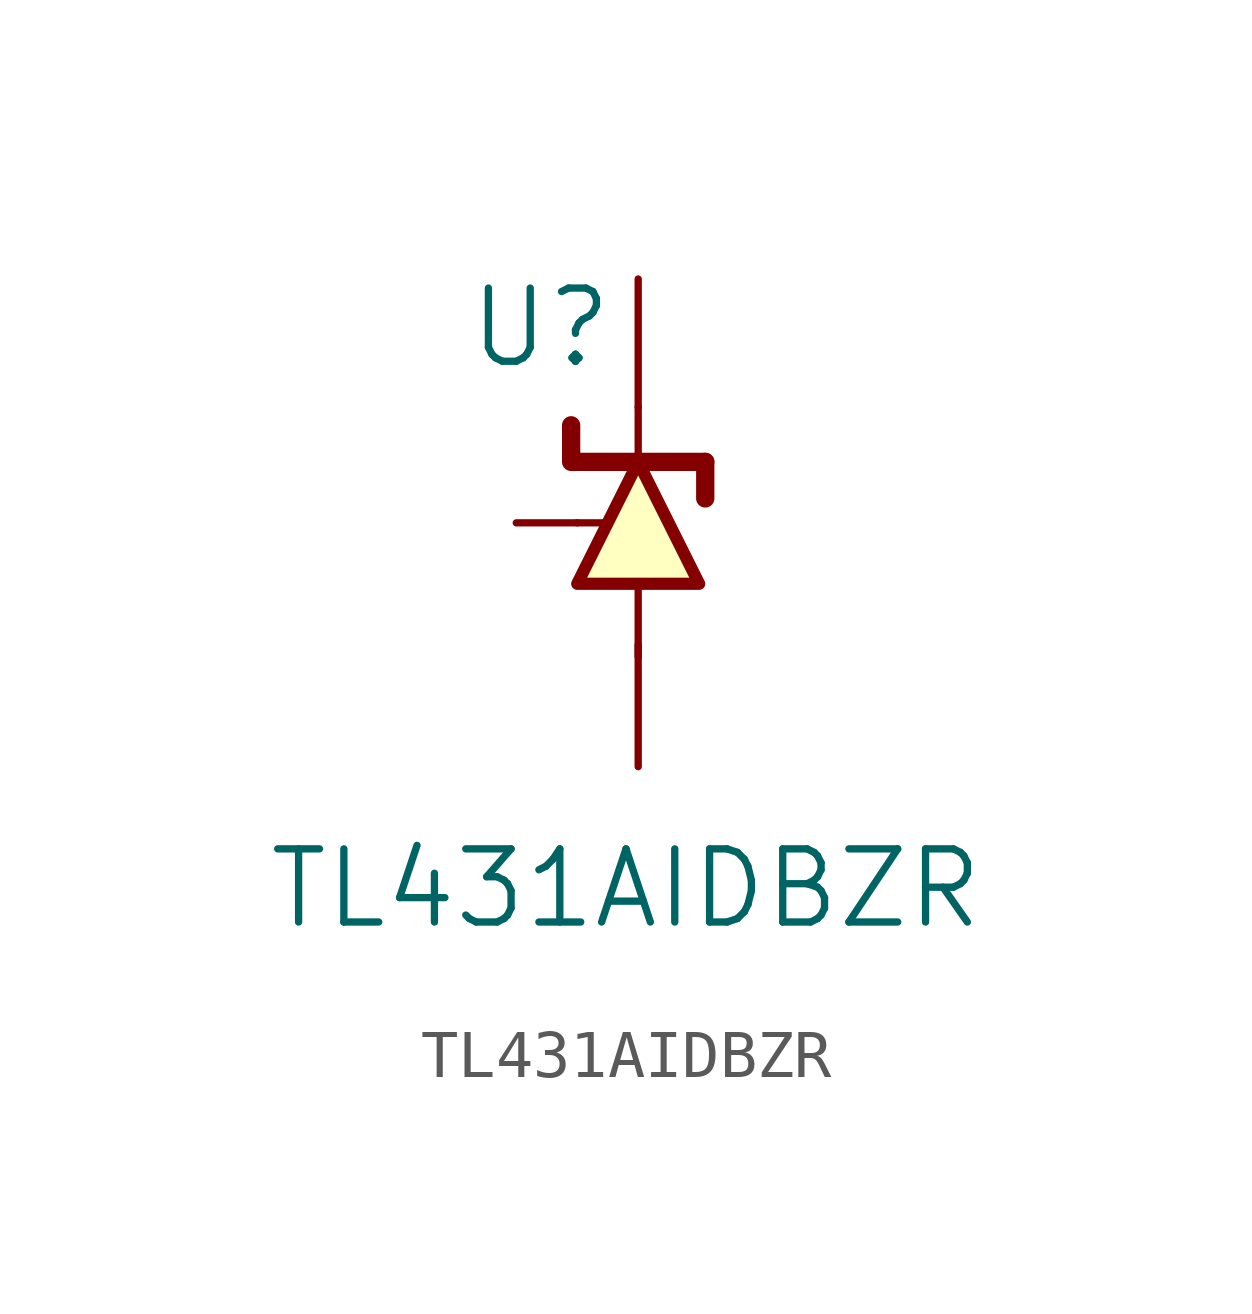
<source format=kicad_sym>
(kicad_symbol_lib
  (version 20220914)
  (generator kicad_symbol_editor)
  (symbol "TL431AIDBZR"
    (pin_numbers hide)
    (pin_names
      (offset 0) hide)
    (property "Reference" "U"
      (at -2.032 4.064 0)
      (effects (font (size 1.524 1.524))))
    (property "Value" "TL431AIDBZR"
      (at -0.254 -7.62 0)
      (effects (font (size 1.524 1.524))))
    (symbol "TL431AIDBZR_0_1"
      (polyline (pts (xy -1.27 0) (xy -0.635 0)) (stroke (width 0) (type default)) (fill (type none)))
      (polyline (pts (xy 0 -2.794) (xy 0 -1.27)) (stroke (width 0) (type default)) (fill (type none)))
      (polyline (pts (xy 0 2.413) (xy 0 1.27)) (stroke (width 0) (type default)) (fill (type none)))
      (polyline (pts (xy 1.397 1.27) (xy 1.397 0.508)) (stroke (width 0.381) (type default)) (fill (type none)))
      (polyline (pts (xy 1.397 1.27) (xy -1.397 1.27) (xy -1.397 2.032)) (stroke (width 0.381) (type default)) (fill (type none)))
      (polyline (pts (xy -1.27 -1.27) (xy 1.27 -1.27) (xy 0 1.27) (xy -1.27 -1.27)) (stroke (width 0.254) (type default)) (fill (type background))))
    (symbol "TL431AIDBZR_1_1"
      (pin input line (at 0 5.08 270) (length 2.667) (name "Cathode" (effects (font (size 1.27 1.27)))) (number "1" (effects (font (size 1.27 1.27)))))
      (pin input line (at -2.54 0 0) (length 1.27) (name "Vref" (effects (font (size 1.27 1.27)))) (number "2" (effects (font (size 1.27 1.27)))))
      (pin input line (at 0 -5.08 90) (length 2.54) (name "Anode" (effects (font (size 1.27 1.27)))) (number "3" (effects (font (size 1.27 1.27))))))))
</source>
